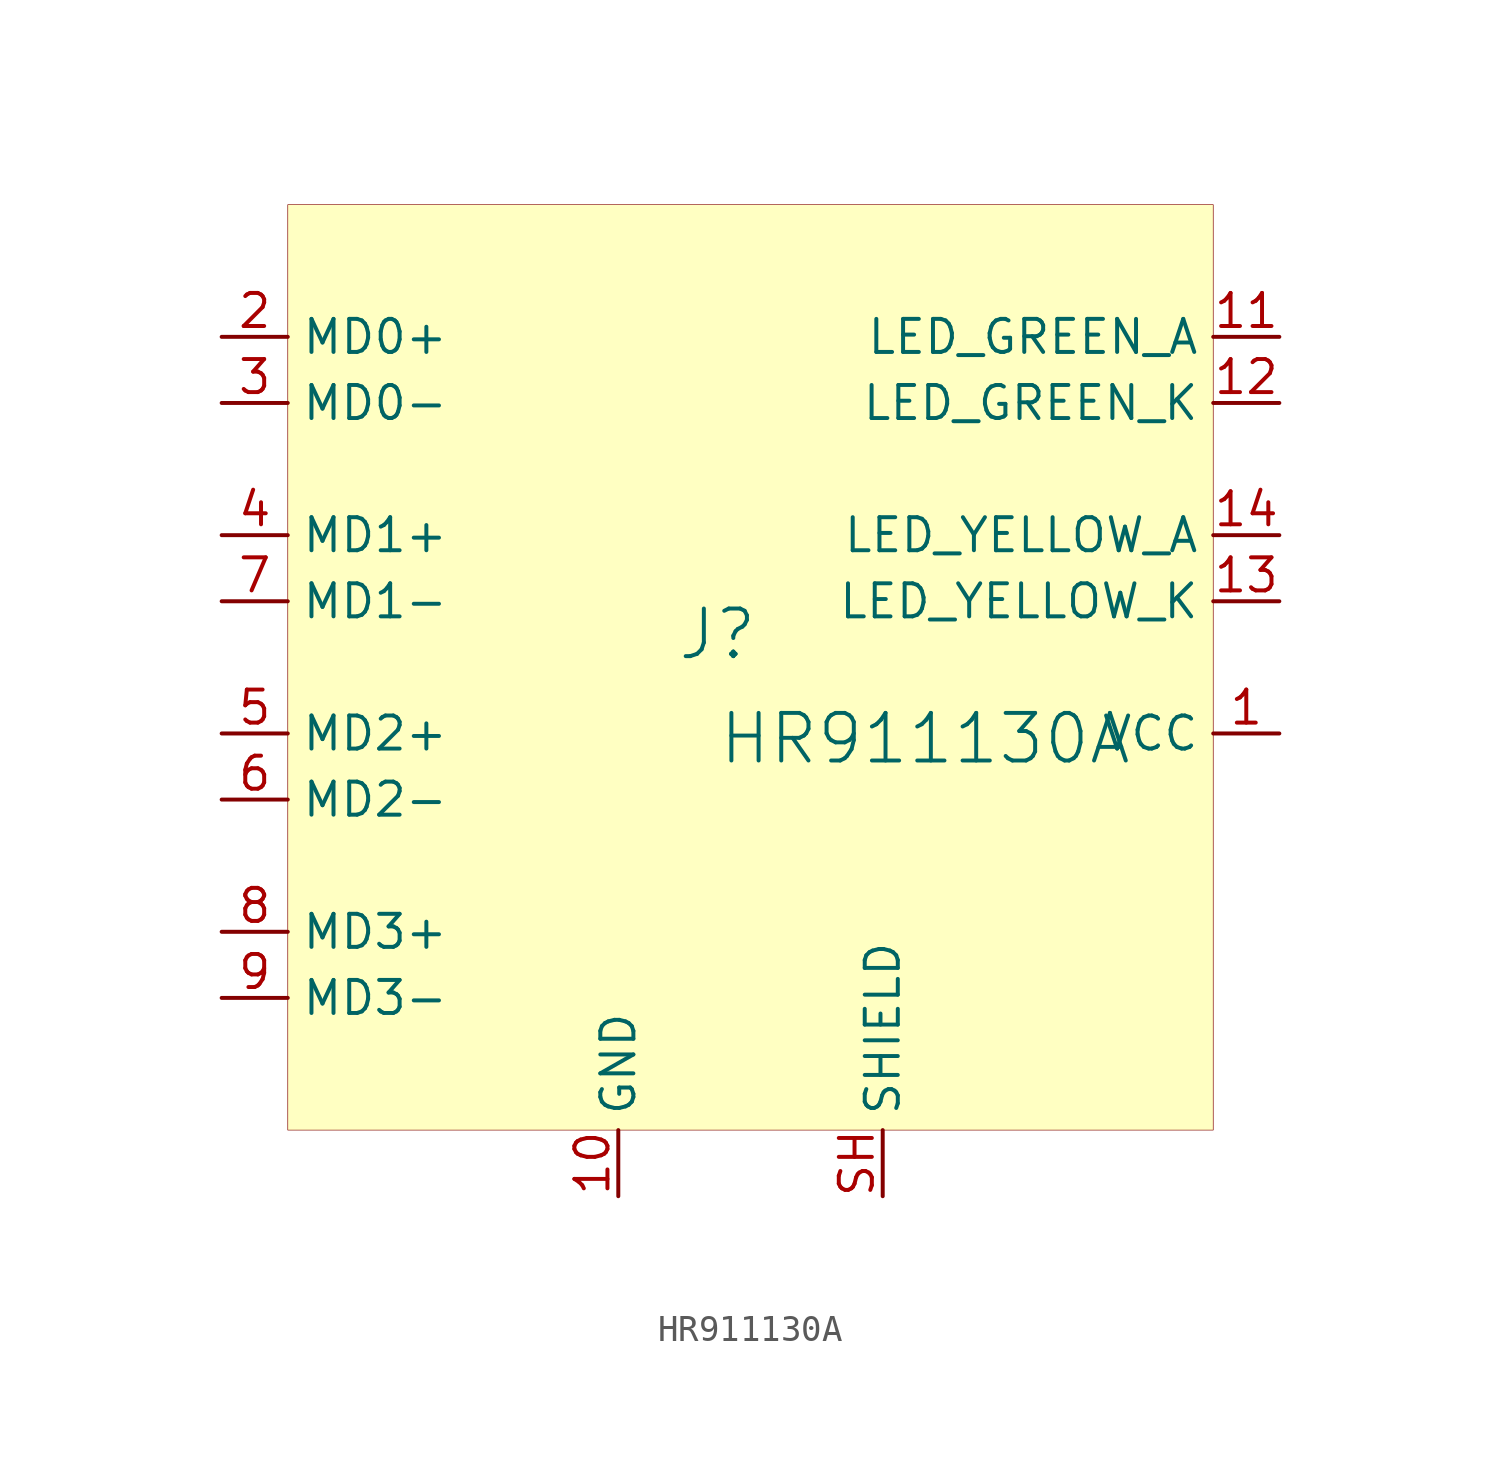
<source format=kicad_sym>
(kicad_symbol_lib
  (version 20231120)
  (generator "kicad_symbol_editor")
  (generator_version "8.0")
  (symbol "HR911130A"
    (property "Reference" "J"
      (at -1.27 1.27 0)
      (effects (font (size 1.829 1.829))))
    (property "Value" "HR911130A"
      (at -1.27 -3.81 0)
      (effects (font (size 1.829 1.829)) (justify left bottom)))
    (symbol "HR911130A_1_0"
      (rectangle (start 17.78 17.78) (end -17.78 -17.78) (stroke (width 0.025) (type solid) (color 128 0 0 1)) (fill (type background)))
      (pin passive line (at 20.32 -2.54 180) (length 2.54) (name "VCC" (effects (font (size 1.27 1.27)))) (number "1" (effects (font (size 1.27 1.27)))))
      (pin passive line (at -5.08 -20.32 90) (length 2.54) (name "GND" (effects (font (size 1.27 1.27)))) (number "10" (effects (font (size 1.27 1.27)))))
      (pin passive line (at 20.32 12.7 180) (length 2.54) (name "LED_GREEN_A" (effects (font (size 1.27 1.27)))) (number "11" (effects (font (size 1.27 1.27)))))
      (pin passive line (at 20.32 10.16 180) (length 2.54) (name "LED_GREEN_K" (effects (font (size 1.27 1.27)))) (number "12" (effects (font (size 1.27 1.27)))))
      (pin passive line (at 20.32 2.54 180) (length 2.54) (name "LED_YELLOW_K" (effects (font (size 1.27 1.27)))) (number "13" (effects (font (size 1.27 1.27)))))
      (pin passive line (at 20.32 5.08 180) (length 2.54) (name "LED_YELLOW_A" (effects (font (size 1.27 1.27)))) (number "14" (effects (font (size 1.27 1.27)))))
      (pin passive line (at -20.32 12.7 0) (length 2.54) (name "MD0+" (effects (font (size 1.27 1.27)))) (number "2" (effects (font (size 1.27 1.27)))))
      (pin passive line (at -20.32 10.16 0) (length 2.54) (name "MD0-" (effects (font (size 1.27 1.27)))) (number "3" (effects (font (size 1.27 1.27)))))
      (pin passive line (at -20.32 5.08 0) (length 2.54) (name "MD1+" (effects (font (size 1.27 1.27)))) (number "4" (effects (font (size 1.27 1.27)))))
      (pin passive line (at -20.32 -2.54 0) (length 2.54) (name "MD2+" (effects (font (size 1.27 1.27)))) (number "5" (effects (font (size 1.27 1.27)))))
      (pin passive line (at -20.32 -5.08 0) (length 2.54) (name "MD2-" (effects (font (size 1.27 1.27)))) (number "6" (effects (font (size 1.27 1.27)))))
      (pin passive line (at -20.32 2.54 0) (length 2.54) (name "MD1-" (effects (font (size 1.27 1.27)))) (number "7" (effects (font (size 1.27 1.27)))))
      (pin passive line (at -20.32 -10.16 0) (length 2.54) (name "MD3+" (effects (font (size 1.27 1.27)))) (number "8" (effects (font (size 1.27 1.27)))))
      (pin passive line (at -20.32 -12.7 0) (length 2.54) (name "MD3-" (effects (font (size 1.27 1.27)))) (number "9" (effects (font (size 1.27 1.27)))))
      (pin passive line (at 5.08 -20.32 90) (length 2.54) (name "SHIELD" (effects (font (size 1.27 1.27)))) (number "SH" (effects (font (size 1.27 1.27))))))))
</source>
